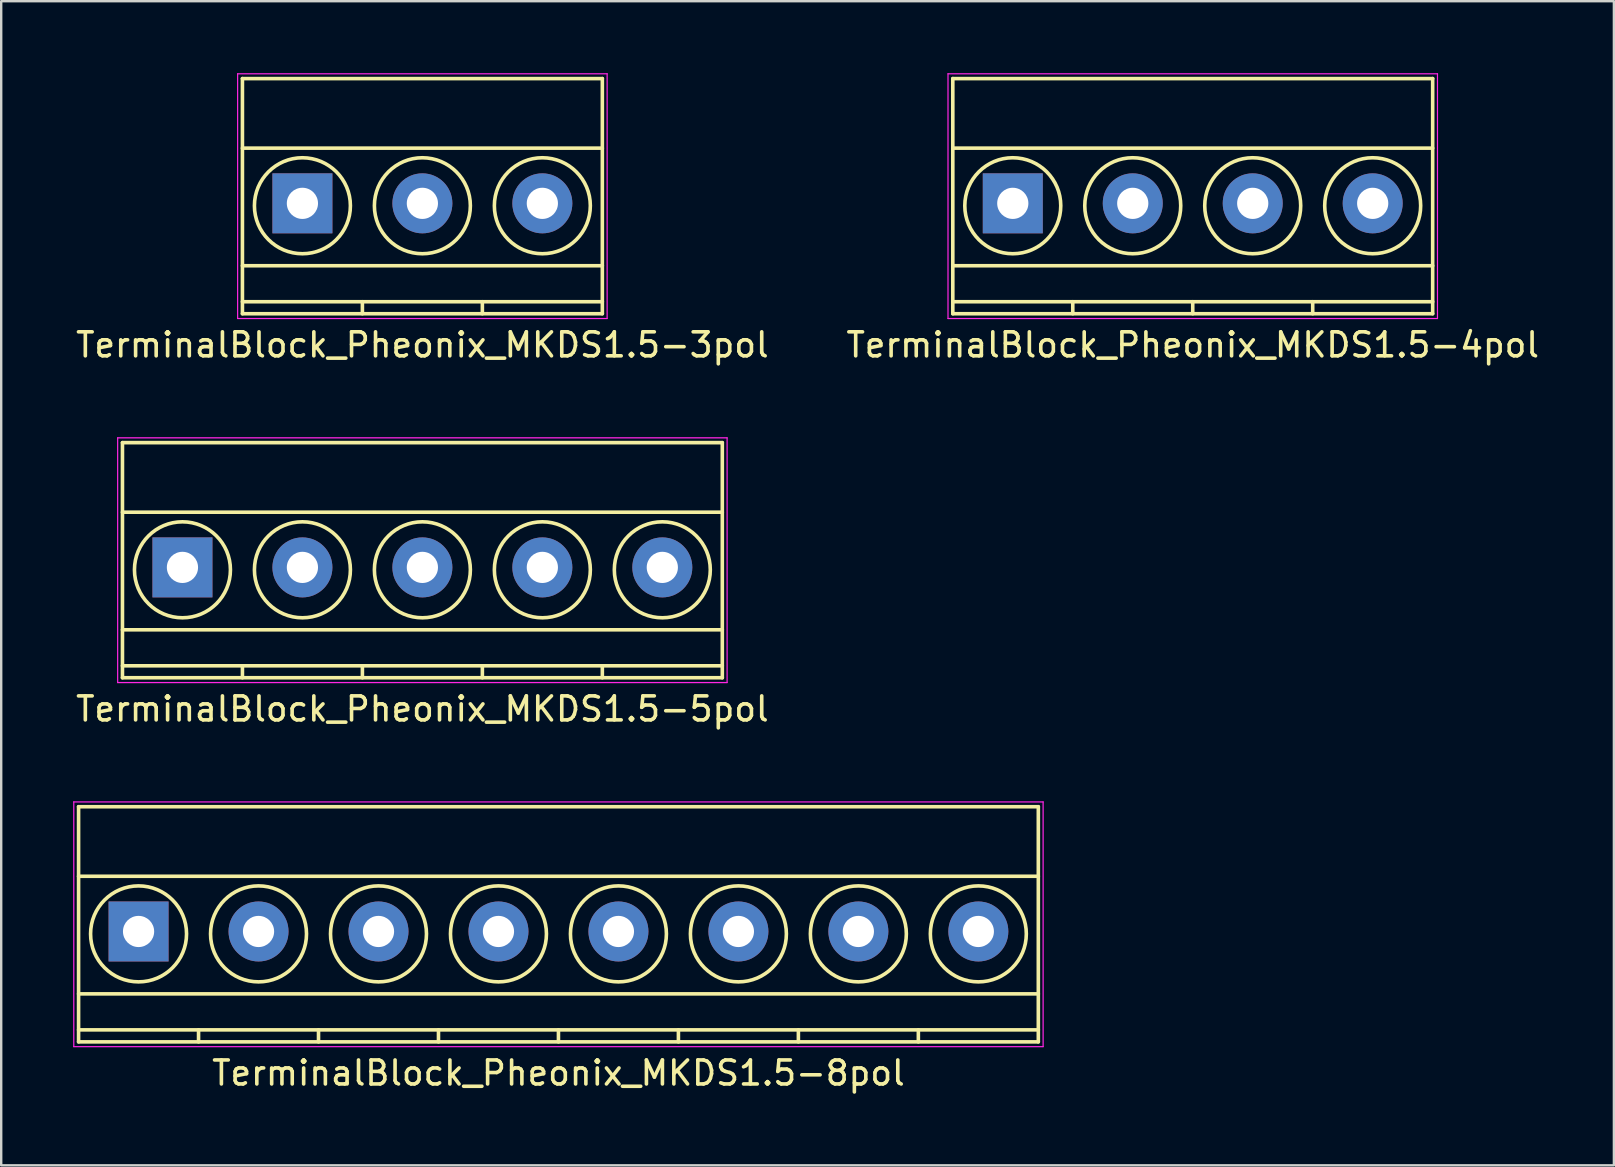
<source format=kicad_pcb>
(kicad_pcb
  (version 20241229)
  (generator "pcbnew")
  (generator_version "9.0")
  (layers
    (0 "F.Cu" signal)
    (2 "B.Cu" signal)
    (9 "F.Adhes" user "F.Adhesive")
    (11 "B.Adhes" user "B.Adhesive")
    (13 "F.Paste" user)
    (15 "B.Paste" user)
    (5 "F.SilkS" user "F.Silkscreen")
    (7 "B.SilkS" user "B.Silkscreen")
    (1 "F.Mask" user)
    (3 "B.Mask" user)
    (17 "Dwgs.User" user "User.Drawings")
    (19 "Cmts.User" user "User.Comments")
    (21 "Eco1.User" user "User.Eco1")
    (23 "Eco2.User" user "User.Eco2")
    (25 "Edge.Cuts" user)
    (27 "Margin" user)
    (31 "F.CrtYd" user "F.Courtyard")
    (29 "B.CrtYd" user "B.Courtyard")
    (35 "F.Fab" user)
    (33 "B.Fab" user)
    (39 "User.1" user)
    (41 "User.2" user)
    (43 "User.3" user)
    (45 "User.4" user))
  (footprint "TerminalBlock_Pheonix_MKDS1.5-8pol"
    (layer "F.Cu")
    (at 2.725 35.772)
    (property "Reference" "TerminalBlock_Pheonix_MKDS1.5-8pol" (at 17.5 5.9 0) (layer "F.SilkS") (effects (font (size 1 1) (thickness 0.15))))
    (attr through_hole)
    (fp_line (start -2.5 -5.2) (end -2.5 4.6) (stroke (width 0.15) (type solid)) (layer "F.SilkS"))
    (fp_line (start -2.5 -2.3) (end 37.5 -2.3) (stroke (width 0.15) (type solid)) (layer "F.SilkS"))
    (fp_line (start -2.5 2.6) (end 37.5 2.6) (stroke (width 0.15) (type solid)) (layer "F.SilkS"))
    (fp_line (start -2.5 4.1) (end 37.5 4.1) (stroke (width 0.15) (type solid)) (layer "F.SilkS"))
    (fp_line (start -2.5 4.6) (end 37.5 4.6) (stroke (width 0.15) (type solid)) (layer "F.SilkS"))
    (fp_line (start 2.5 4.1) (end 2.5 4.6) (stroke (width 0.15) (type solid)) (layer "F.SilkS"))
    (fp_line (start 7.5 4.1) (end 7.5 4.6) (stroke (width 0.15) (type solid)) (layer "F.SilkS"))
    (fp_line (start 12.5 4.1) (end 12.5 4.6) (stroke (width 0.15) (type solid)) (layer "F.SilkS"))
    (fp_line (start 17.5 4.1) (end 17.5 4.6) (stroke (width 0.15) (type solid)) (layer "F.SilkS"))
    (fp_line (start 22.5 4.1) (end 22.5 4.6) (stroke (width 0.15) (type solid)) (layer "F.SilkS"))
    (fp_line (start 27.5 4.1) (end 27.5 4.6) (stroke (width 0.15) (type solid)) (layer "F.SilkS"))
    (fp_line (start 32.5 4.1) (end 32.5 4.6) (stroke (width 0.15) (type solid)) (layer "F.SilkS"))
    (fp_line (start 37.5 -5.2) (end -2.5 -5.2) (stroke (width 0.15) (type solid)) (layer "F.SilkS"))
    (fp_line (start 37.5 4.6) (end 37.5 -5.2) (stroke (width 0.15) (type solid)) (layer "F.SilkS"))
    (fp_circle (center 0 0.1) (end 2 0.1) (stroke (width 0.15) (type solid)) (fill no) (layer "F.SilkS"))
    (fp_circle (center 5 0.1) (end 3 0.1) (stroke (width 0.15) (type solid)) (fill no) (layer "F.SilkS"))
    (fp_circle (center 10 0.1) (end 8 0.1) (stroke (width 0.15) (type solid)) (fill no) (layer "F.SilkS"))
    (fp_circle (center 15 0.1) (end 13 0.1) (stroke (width 0.15) (type solid)) (fill no) (layer "F.SilkS"))
    (fp_circle (center 20 0.1) (end 18 0.1) (stroke (width 0.15) (type solid)) (fill no) (layer "F.SilkS"))
    (fp_circle (center 25 0.1) (end 23 0.1) (stroke (width 0.15) (type solid)) (fill no) (layer "F.SilkS"))
    (fp_circle (center 30 0.1) (end 28 0.1) (stroke (width 0.15) (type solid)) (fill no) (layer "F.SilkS"))
    (fp_circle (center 35 0.1) (end 33 0.1) (stroke (width 0.15) (type solid)) (fill no) (layer "F.SilkS"))
    (fp_line (start -2.7 -5.4) (end 37.7 -5.4) (stroke (width 0.05) (type solid)) (layer "F.CrtYd"))
    (fp_line (start -2.7 4.8) (end -2.7 -5.4) (stroke (width 0.05) (type solid)) (layer "F.CrtYd"))
    (fp_line (start 37.7 -5.4) (end 37.7 4.8) (stroke (width 0.05) (type solid)) (layer "F.CrtYd"))
    (fp_line (start 37.7 4.8) (end -2.7 4.8) (stroke (width 0.05) (type solid)) (layer "F.CrtYd"))
    (pad "1" thru_hole rect (at 0 0) (size 2.5 2.5) (drill 1.3) (layers "*.Cu" "*.Mask"))
    (pad "2" thru_hole circle (at 5 0) (size 2.5 2.5) (drill 1.3) (layers "*.Cu" "*.Mask"))
    (pad "3" thru_hole circle (at 10 0) (size 2.5 2.5) (drill 1.3) (layers "*.Cu" "*.Mask"))
    (pad "4" thru_hole circle (at 15 0) (size 2.5 2.5) (drill 1.3) (layers "*.Cu" "*.Mask"))
    (pad "5" thru_hole circle (at 20 0) (size 2.5 2.5) (drill 1.3) (layers "*.Cu" "*.Mask"))
    (pad "6" thru_hole circle (at 25 0) (size 2.5 2.5) (drill 1.3) (layers "*.Cu" "*.Mask"))
    (pad "7" thru_hole circle (at 30 0) (size 2.5 2.5) (drill 1.3) (layers "*.Cu" "*.Mask"))
    (pad "8" thru_hole circle (at 35 0) (size 2.5 2.5) (drill 1.3) (layers "*.Cu" "*.Mask")))
  (footprint "TerminalBlock_Pheonix_MKDS1.5-4pol"
    (layer "F.Cu")
    (at 39.161 5.425)
    (property "Reference" "TerminalBlock_Pheonix_MKDS1.5-4pol" (at 7.5 5.9 0) (layer "F.SilkS") (effects (font (size 1 1) (thickness 0.15))))
    (attr through_hole)
    (fp_line (start -2.5 -5.2) (end -2.5 4.6) (stroke (width 0.15) (type solid)) (layer "F.SilkS"))
    (fp_line (start -2.5 -2.3) (end 17.5 -2.3) (stroke (width 0.15) (type solid)) (layer "F.SilkS"))
    (fp_line (start -2.5 2.6) (end 17.5 2.6) (stroke (width 0.15) (type solid)) (layer "F.SilkS"))
    (fp_line (start -2.5 4.1) (end 17.5 4.1) (stroke (width 0.15) (type solid)) (layer "F.SilkS"))
    (fp_line (start -2.5 4.6) (end 17.5 4.6) (stroke (width 0.15) (type solid)) (layer "F.SilkS"))
    (fp_line (start 2.5 4.1) (end 2.5 4.6) (stroke (width 0.15) (type solid)) (layer "F.SilkS"))
    (fp_line (start 7.5 4.1) (end 7.5 4.6) (stroke (width 0.15) (type solid)) (layer "F.SilkS"))
    (fp_line (start 12.5 4.1) (end 12.5 4.6) (stroke (width 0.15) (type solid)) (layer "F.SilkS"))
    (fp_line (start 17.5 -5.2) (end -2.5 -5.2) (stroke (width 0.15) (type solid)) (layer "F.SilkS"))
    (fp_line (start 17.5 4.6) (end 17.5 -5.2) (stroke (width 0.15) (type solid)) (layer "F.SilkS"))
    (fp_circle (center 0 0.1) (end 2 0.1) (stroke (width 0.15) (type solid)) (fill no) (layer "F.SilkS"))
    (fp_circle (center 5 0.1) (end 3 0.1) (stroke (width 0.15) (type solid)) (fill no) (layer "F.SilkS"))
    (fp_circle (center 10 0.1) (end 8 0.1) (stroke (width 0.15) (type solid)) (fill no) (layer "F.SilkS"))
    (fp_circle (center 15 0.1) (end 13 0.1) (stroke (width 0.15) (type solid)) (fill no) (layer "F.SilkS"))
    (fp_line (start -2.7 -5.4) (end 17.7 -5.4) (stroke (width 0.05) (type solid)) (layer "F.CrtYd"))
    (fp_line (start -2.7 4.8) (end -2.7 -5.4) (stroke (width 0.05) (type solid)) (layer "F.CrtYd"))
    (fp_line (start 17.7 -5.4) (end 17.7 4.8) (stroke (width 0.05) (type solid)) (layer "F.CrtYd"))
    (fp_line (start 17.7 4.8) (end -2.7 4.8) (stroke (width 0.05) (type solid)) (layer "F.CrtYd"))
    (pad "1" thru_hole rect (at 0 0) (size 2.5 2.5) (drill 1.3) (layers "*.Cu" "*.Mask"))
    (pad "2" thru_hole circle (at 5 0) (size 2.5 2.5) (drill 1.3) (layers "*.Cu" "*.Mask"))
    (pad "3" thru_hole circle (at 10 0) (size 2.5 2.5) (drill 1.3) (layers "*.Cu" "*.Mask"))
    (pad "4" thru_hole circle (at 15 0) (size 2.5 2.5) (drill 1.3) (layers "*.Cu" "*.Mask")))
  (footprint "TerminalBlock_Pheonix_MKDS1.5-5pol"
    (layer "F.Cu")
    (at 4.554 20.598)
    (property "Reference" "TerminalBlock_Pheonix_MKDS1.5-5pol" (at 10 5.9 0) (layer "F.SilkS") (effects (font (size 1 1) (thickness 0.15))))
    (attr through_hole)
    (fp_line (start -2.5 -5.2) (end -2.5 4.6) (stroke (width 0.15) (type solid)) (layer "F.SilkS"))
    (fp_line (start -2.5 -2.3) (end 22.5 -2.3) (stroke (width 0.15) (type solid)) (layer "F.SilkS"))
    (fp_line (start -2.5 2.6) (end 22.5 2.6) (stroke (width 0.15) (type solid)) (layer "F.SilkS"))
    (fp_line (start -2.5 4.1) (end 22.5 4.1) (stroke (width 0.15) (type solid)) (layer "F.SilkS"))
    (fp_line (start -2.5 4.6) (end 22.5 4.6) (stroke (width 0.15) (type solid)) (layer "F.SilkS"))
    (fp_line (start 2.5 4.1) (end 2.5 4.6) (stroke (width 0.15) (type solid)) (layer "F.SilkS"))
    (fp_line (start 7.5 4.1) (end 7.5 4.6) (stroke (width 0.15) (type solid)) (layer "F.SilkS"))
    (fp_line (start 12.5 4.1) (end 12.5 4.6) (stroke (width 0.15) (type solid)) (layer "F.SilkS"))
    (fp_line (start 17.5 4.1) (end 17.5 4.6) (stroke (width 0.15) (type solid)) (layer "F.SilkS"))
    (fp_line (start 22.5 -5.2) (end -2.5 -5.2) (stroke (width 0.15) (type solid)) (layer "F.SilkS"))
    (fp_line (start 22.5 4.6) (end 22.5 -5.2) (stroke (width 0.15) (type solid)) (layer "F.SilkS"))
    (fp_circle (center 0 0.1) (end 2 0.1) (stroke (width 0.15) (type solid)) (fill no) (layer "F.SilkS"))
    (fp_circle (center 5 0.1) (end 3 0.1) (stroke (width 0.15) (type solid)) (fill no) (layer "F.SilkS"))
    (fp_circle (center 10 0.1) (end 8 0.1) (stroke (width 0.15) (type solid)) (fill no) (layer "F.SilkS"))
    (fp_circle (center 15 0.1) (end 13 0.1) (stroke (width 0.15) (type solid)) (fill no) (layer "F.SilkS"))
    (fp_circle (center 20 0.1) (end 18 0.1) (stroke (width 0.15) (type solid)) (fill no) (layer "F.SilkS"))
    (fp_line (start -2.7 -5.4) (end -2.7 4.8) (stroke (width 0.05) (type solid)) (layer "F.CrtYd"))
    (fp_line (start -2.7 4.8) (end 22.7 4.8) (stroke (width 0.05) (type solid)) (layer "F.CrtYd"))
    (fp_line (start 22.7 -5.4) (end -2.7 -5.4) (stroke (width 0.05) (type solid)) (layer "F.CrtYd"))
    (fp_line (start 22.7 4.8) (end 22.7 -5.4) (stroke (width 0.05) (type solid)) (layer "F.CrtYd"))
    (pad "1" thru_hole rect (at 0 0) (size 2.5 2.5) (drill 1.3) (layers "*.Cu" "*.Mask"))
    (pad "2" thru_hole circle (at 5 0) (size 2.5 2.5) (drill 1.3) (layers "*.Cu" "*.Mask"))
    (pad "3" thru_hole circle (at 10 0) (size 2.5 2.5) (drill 1.3) (layers "*.Cu" "*.Mask"))
    (pad "4" thru_hole circle (at 15 0) (size 2.5 2.5) (drill 1.3) (layers "*.Cu" "*.Mask"))
    (pad "5" thru_hole circle (at 20 0) (size 2.5 2.5) (drill 1.3) (layers "*.Cu" "*.Mask")))
  (footprint "TerminalBlock_Pheonix_MKDS1.5-3pol"
    (layer "F.Cu")
    (at 9.554 5.425)
    (property "Reference" "TerminalBlock_Pheonix_MKDS1.5-3pol" (at 5 5.9 0) (layer "F.SilkS") (effects (font (size 1 1) (thickness 0.15))))
    (attr through_hole)
    (fp_line (start -2.5 -5.2) (end -2.5 4.6) (stroke (width 0.15) (type solid)) (layer "F.SilkS"))
    (fp_line (start -2.5 -2.3) (end 12.5 -2.3) (stroke (width 0.15) (type solid)) (layer "F.SilkS"))
    (fp_line (start -2.5 2.6) (end 12.5 2.6) (stroke (width 0.15) (type solid)) (layer "F.SilkS"))
    (fp_line (start -2.5 4.1) (end 12.5 4.1) (stroke (width 0.15) (type solid)) (layer "F.SilkS"))
    (fp_line (start -2.5 4.6) (end 12.5 4.6) (stroke (width 0.15) (type solid)) (layer "F.SilkS"))
    (fp_line (start 2.5 4.1) (end 2.5 4.6) (stroke (width 0.15) (type solid)) (layer "F.SilkS"))
    (fp_line (start 7.5 4.1) (end 7.5 4.6) (stroke (width 0.15) (type solid)) (layer "F.SilkS"))
    (fp_line (start 12.5 -5.2) (end -2.5 -5.2) (stroke (width 0.15) (type solid)) (layer "F.SilkS"))
    (fp_line (start 12.5 4.6) (end 12.5 -5.2) (stroke (width 0.15) (type solid)) (layer "F.SilkS"))
    (fp_circle (center 0 0.1) (end 2 0.1) (stroke (width 0.15) (type solid)) (fill no) (layer "F.SilkS"))
    (fp_circle (center 5 0.1) (end 3 0.1) (stroke (width 0.15) (type solid)) (fill no) (layer "F.SilkS"))
    (fp_circle (center 10 0.1) (end 8 0.1) (stroke (width 0.15) (type solid)) (fill no) (layer "F.SilkS"))
    (fp_line (start -2.7 -5.4) (end 12.7 -5.4) (stroke (width 0.05) (type solid)) (layer "F.CrtYd"))
    (fp_line (start -2.7 4.8) (end -2.7 -5.4) (stroke (width 0.05) (type solid)) (layer "F.CrtYd"))
    (fp_line (start 12.7 -5.4) (end 12.7 4.8) (stroke (width 0.05) (type solid)) (layer "F.CrtYd"))
    (fp_line (start 12.7 4.8) (end -2.7 4.8) (stroke (width 0.05) (type solid)) (layer "F.CrtYd"))
    (pad "1" thru_hole rect (at 0 0) (size 2.5 2.5) (drill 1.3) (layers "*.Cu" "*.Mask"))
    (pad "2" thru_hole circle (at 5 0) (size 2.5 2.5) (drill 1.3) (layers "*.Cu" "*.Mask"))
    (pad "3" thru_hole circle (at 10 0) (size 2.5 2.5) (drill 1.3) (layers "*.Cu" "*.Mask")))
  (gr_rect
    (start -3 -3)
    (end 64.214 45.52)
    (stroke (width 0.1) (type default))
    (fill no)
    (layer "Edge.Cuts")))
</source>
